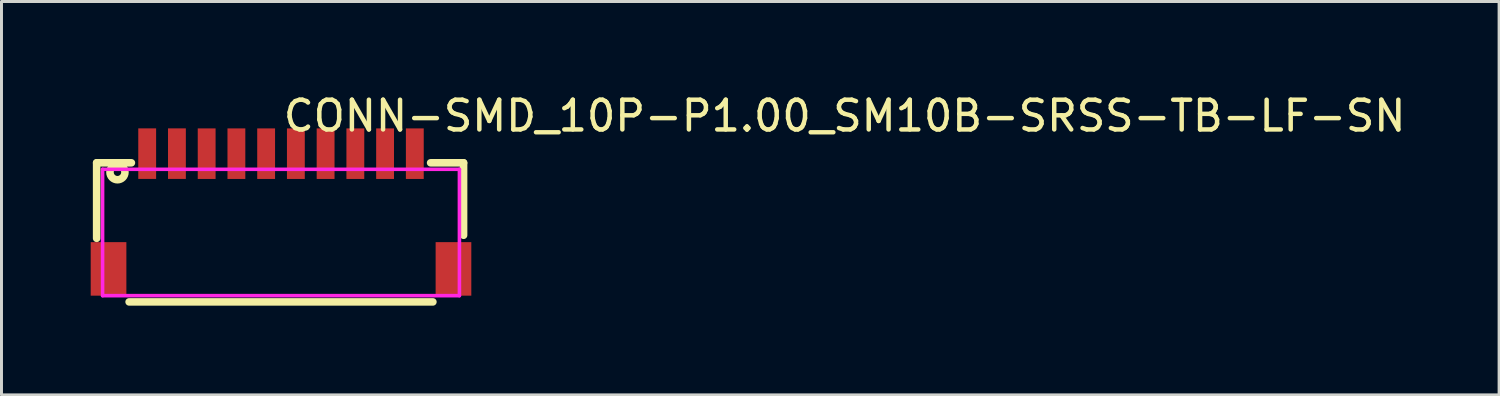
<source format=kicad_pcb>
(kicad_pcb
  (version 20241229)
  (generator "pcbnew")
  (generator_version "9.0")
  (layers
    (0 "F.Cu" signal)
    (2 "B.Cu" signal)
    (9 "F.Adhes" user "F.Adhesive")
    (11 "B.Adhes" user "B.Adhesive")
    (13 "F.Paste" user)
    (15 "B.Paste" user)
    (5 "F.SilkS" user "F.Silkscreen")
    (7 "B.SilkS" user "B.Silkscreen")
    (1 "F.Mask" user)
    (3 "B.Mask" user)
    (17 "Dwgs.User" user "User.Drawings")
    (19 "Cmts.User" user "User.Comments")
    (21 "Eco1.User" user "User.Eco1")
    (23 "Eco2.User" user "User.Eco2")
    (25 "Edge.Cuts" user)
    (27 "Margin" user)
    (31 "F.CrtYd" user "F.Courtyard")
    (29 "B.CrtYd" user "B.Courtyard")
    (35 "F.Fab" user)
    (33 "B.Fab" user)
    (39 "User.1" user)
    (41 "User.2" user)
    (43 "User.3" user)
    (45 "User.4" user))
  (footprint "CONN-SMD_10P-P1.00_SM10B-SRSS-TB-LF-SN"
    (layer "F.Cu")
    (at 6.4 4.055)
    (property "Reference" "CONN-SMD_10P-P1.00_SM10B-SRSS-TB-LF-SN" (at 0 -3.207 0) (layer "F.SilkS") (effects (font (size 1 1) (thickness 0.15)) (justify left)))
    (attr through_hole)
    (fp_line (start -6.2 -1.63) (end -5.031 -1.63) (stroke (width 0.254) (type solid)) (layer "F.SilkS"))
    (fp_line (start -6.2 0.91) (end -6.2 -1.63) (stroke (width 0.254) (type solid)) (layer "F.SilkS"))
    (fp_line (start 5.031 -1.63) (end 6.14 -1.63) (stroke (width 0.254) (type solid)) (layer "F.SilkS"))
    (fp_line (start 5.108 3.048) (end -5.108 3.048) (stroke (width 0.254) (type solid)) (layer "F.SilkS"))
    (fp_line (start 6.14 -1.63) (end 6.14 0.807) (stroke (width 0.254) (type solid)) (layer "F.SilkS"))
    (fp_circle (center -5.5 -1.312) (end -5.375 -1.312) (stroke (width 0.254) (type solid)) (fill no) (layer "F.SilkS"))
    (fp_circle (center -6 -2.112) (end -5.97 -2.112) (stroke (width 0.06) (type solid)) (fill no) (layer "Eco2.User"))
    (fp_poly (pts (xy -6 1.188) (xy -5.6 1.188) (xy -5.6 2.688) (xy -6 2.688)) (stroke (width 0.12) (type solid)) (fill no) (layer "Eco2.User"))
    (fp_poly (pts (xy -4.65 -2.112) (xy -4.35 -2.112) (xy -4.35 -1.112) (xy -4.65 -1.112)) (stroke (width 0.12) (type solid)) (fill no) (layer "Eco2.User"))
    (fp_poly (pts (xy -3.65 -2.112) (xy -3.35 -2.112) (xy -3.35 -1.112) (xy -3.65 -1.112)) (stroke (width 0.12) (type solid)) (fill no) (layer "Eco2.User"))
    (fp_poly (pts (xy -2.65 -2.112) (xy -2.35 -2.112) (xy -2.35 -1.112) (xy -2.65 -1.112)) (stroke (width 0.12) (type solid)) (fill no) (layer "Eco2.User"))
    (fp_poly (pts (xy -1.65 -2.112) (xy -1.35 -2.112) (xy -1.35 -1.112) (xy -1.65 -1.112)) (stroke (width 0.12) (type solid)) (fill no) (layer "Eco2.User"))
    (fp_poly (pts (xy -0.65 -2.112) (xy -0.35 -2.112) (xy -0.35 -1.112) (xy -0.65 -1.112)) (stroke (width 0.12) (type solid)) (fill no) (layer "Eco2.User"))
    (fp_poly (pts (xy 0.35 -2.112) (xy 0.65 -2.112) (xy 0.65 -1.112) (xy 0.35 -1.112)) (stroke (width 0.12) (type solid)) (fill no) (layer "Eco2.User"))
    (fp_poly (pts (xy 1.35 -2.112) (xy 1.65 -2.112) (xy 1.65 -1.112) (xy 1.35 -1.112)) (stroke (width 0.12) (type solid)) (fill no) (layer "Eco2.User"))
    (fp_poly (pts (xy 2.35 -2.112) (xy 2.65 -2.112) (xy 2.65 -1.112) (xy 2.35 -1.112)) (stroke (width 0.12) (type solid)) (fill no) (layer "Eco2.User"))
    (fp_poly (pts (xy 3.35 -2.112) (xy 3.65 -2.112) (xy 3.65 -1.112) (xy 3.35 -1.112)) (stroke (width 0.12) (type solid)) (fill no) (layer "Eco2.User"))
    (fp_poly (pts (xy 4.35 -2.112) (xy 4.65 -2.112) (xy 4.65 -1.112) (xy 4.35 -1.112)) (stroke (width 0.12) (type solid)) (fill no) (layer "Eco2.User"))
    (fp_poly (pts (xy 5.6 1.188) (xy 6 1.188) (xy 6 2.688) (xy 5.6 2.688)) (stroke (width 0.12) (type solid)) (fill no) (layer "Eco2.User"))
    (fp_line (start -6 -1.412) (end 6 -1.412) (stroke (width 0.12) (type solid)) (layer "F.CrtYd"))
    (fp_line (start -6 2.838) (end -6 -1.412) (stroke (width 0.12) (type solid)) (layer "F.CrtYd"))
    (fp_line (start 6 -1.412) (end 6 2.838) (stroke (width 0.12) (type solid)) (layer "F.CrtYd"))
    (fp_line (start 6 2.838) (end -6 2.838) (stroke (width 0.12) (type solid)) (layer "F.CrtYd"))
    (pad "1" smd rect (at -4.5 -1.938) (size 0.6 1.7) (layers "F.Cu" "F.Mask" "F.Paste"))
    (pad "2" smd rect (at -3.5 -1.938) (size 0.6 1.7) (layers "F.Cu" "F.Mask" "F.Paste"))
    (pad "3" smd rect (at -2.5 -1.937) (size 0.6 1.7) (layers "F.Cu" "F.Mask" "F.Paste"))
    (pad "4" smd rect (at -1.5 -1.937) (size 0.6 1.7) (layers "F.Cu" "F.Mask" "F.Paste"))
    (pad "5" smd rect (at -0.5 -1.937) (size 0.6 1.7) (layers "F.Cu" "F.Mask" "F.Paste"))
    (pad "6" smd rect (at 0.5 -1.937) (size 0.6 1.7) (layers "F.Cu" "F.Mask" "F.Paste"))
    (pad "7" smd rect (at 1.5 -1.937) (size 0.6 1.7) (layers "F.Cu" "F.Mask" "F.Paste"))
    (pad "8" smd rect (at 2.5 -1.937) (size 0.6 1.7) (layers "F.Cu" "F.Mask" "F.Paste"))
    (pad "9" smd rect (at 3.5 -1.937) (size 0.6 1.7) (layers "F.Cu" "F.Mask" "F.Paste"))
    (pad "10" smd rect (at 4.5 -1.937) (size 0.6 1.7) (layers "F.Cu" "F.Mask" "F.Paste"))
    (pad "11" smd rect (at 5.8 1.938) (size 1.2 1.8) (layers "F.Cu" "F.Mask" "F.Paste"))
    (pad "12" smd rect (at -5.8 1.938) (size 1.2 1.8) (layers "F.Cu" "F.Mask" "F.Paste")))
  (gr_rect
    (start -3 -3)
    (end 47.364 10.23)
    (stroke (width 0.1) (type default))
    (fill no)
    (layer "Edge.Cuts")))
</source>
